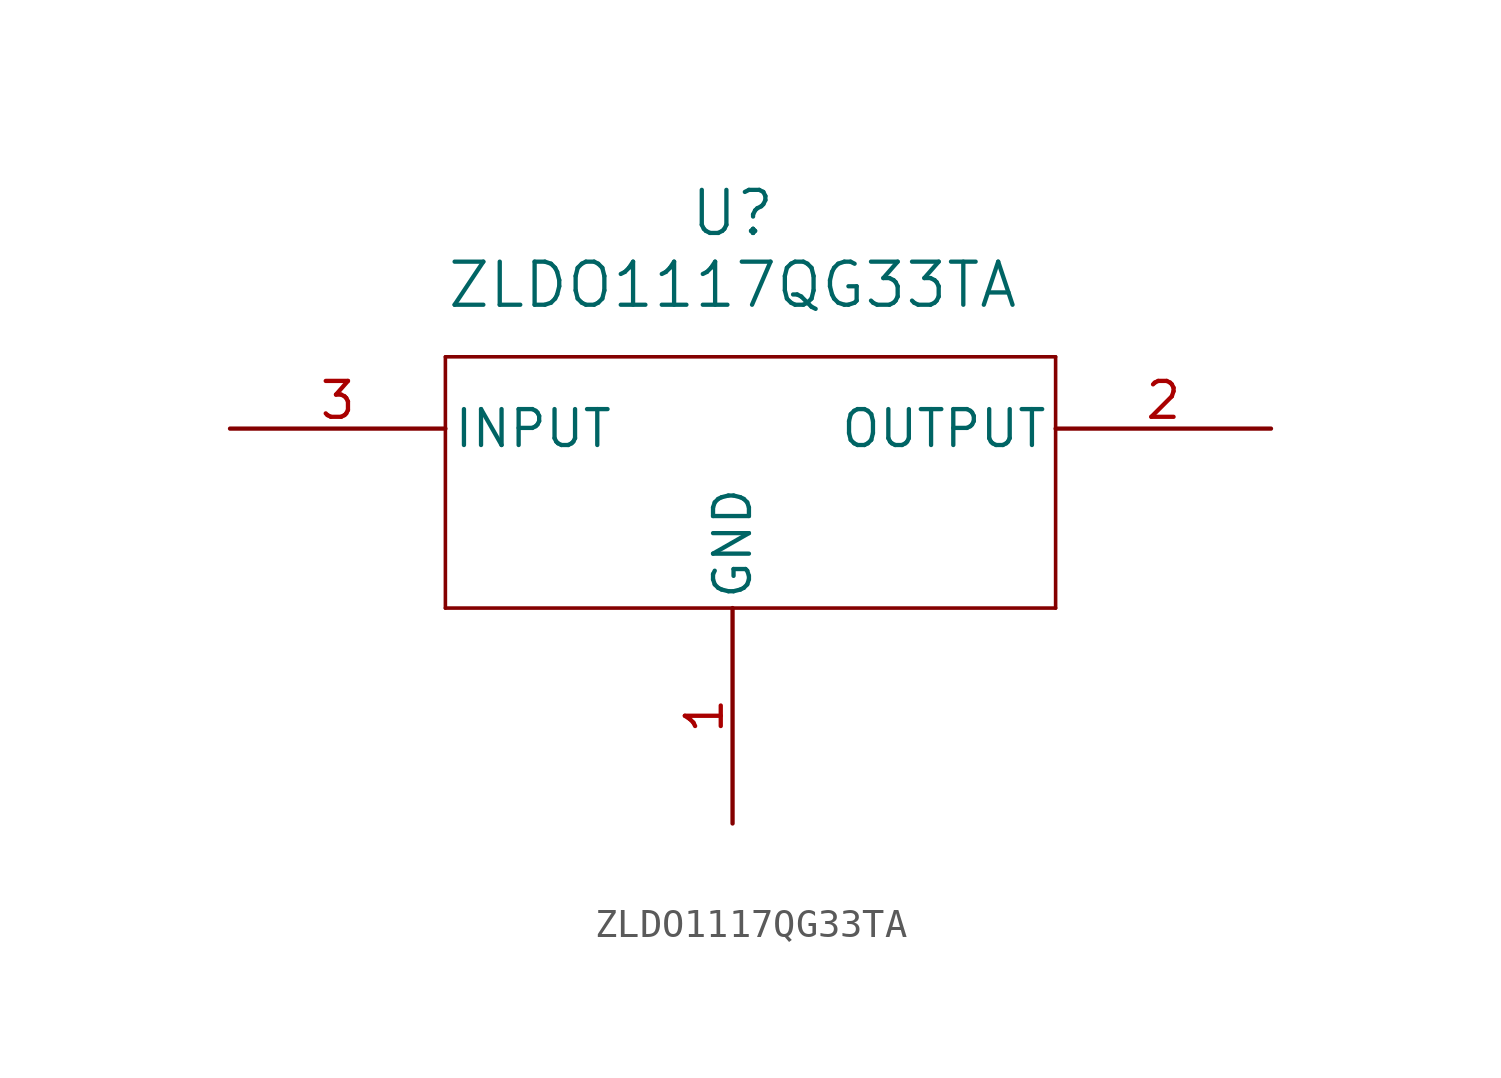
<source format=kicad_sym>
(kicad_symbol_lib
  (version 20231120)
  (generator "kicad_symbol_editor")
  (generator_version "8.0")
  (symbol "ZLDO1117QG33TA"
    (pin_names
      (offset 0.254))
    (property "Reference" "U"
      (at 0 7.62 0)
      (effects (font (size 1.524 1.524))))
    (property "Value" "ZLDO1117QG33TA"
      (at 0 5.08 0)
      (effects (font (size 1.524 1.524))))
    (symbol "ZLDO1117QG33TA_0_1"
      (polyline (pts (xy -10.16 -6.35) (xy 11.43 -6.35)) (stroke (width 0.127) (type default)) (fill (type none)))
      (polyline (pts (xy -10.16 2.54) (xy -10.16 -6.35)) (stroke (width 0.127) (type default)) (fill (type none)))
      (polyline (pts (xy 11.43 -6.35) (xy 11.43 2.54)) (stroke (width 0.127) (type default)) (fill (type none)))
      (polyline (pts (xy 11.43 2.54) (xy -10.16 2.54)) (stroke (width 0.127) (type default)) (fill (type none)))
      (pin output line (at 19.05 0 180) (length 7.62) (name "OUTPUT" (effects (font (size 1.27 1.27)))) (number "2" (effects (font (size 1.27 1.27)))))
      (pin input line (at -17.78 0 0) (length 7.62) (name "INPUT" (effects (font (size 1.27 1.27)))) (number "3" (effects (font (size 1.27 1.27))))))
    (symbol "ZLDO1117QG33TA_1_1"
      (pin bidirectional line (at 0 -13.97 90) (length 7.62) (name "GND" (effects (font (size 1.27 1.27)))) (number "1" (effects (font (size 1.27 1.27))))))))
</source>
